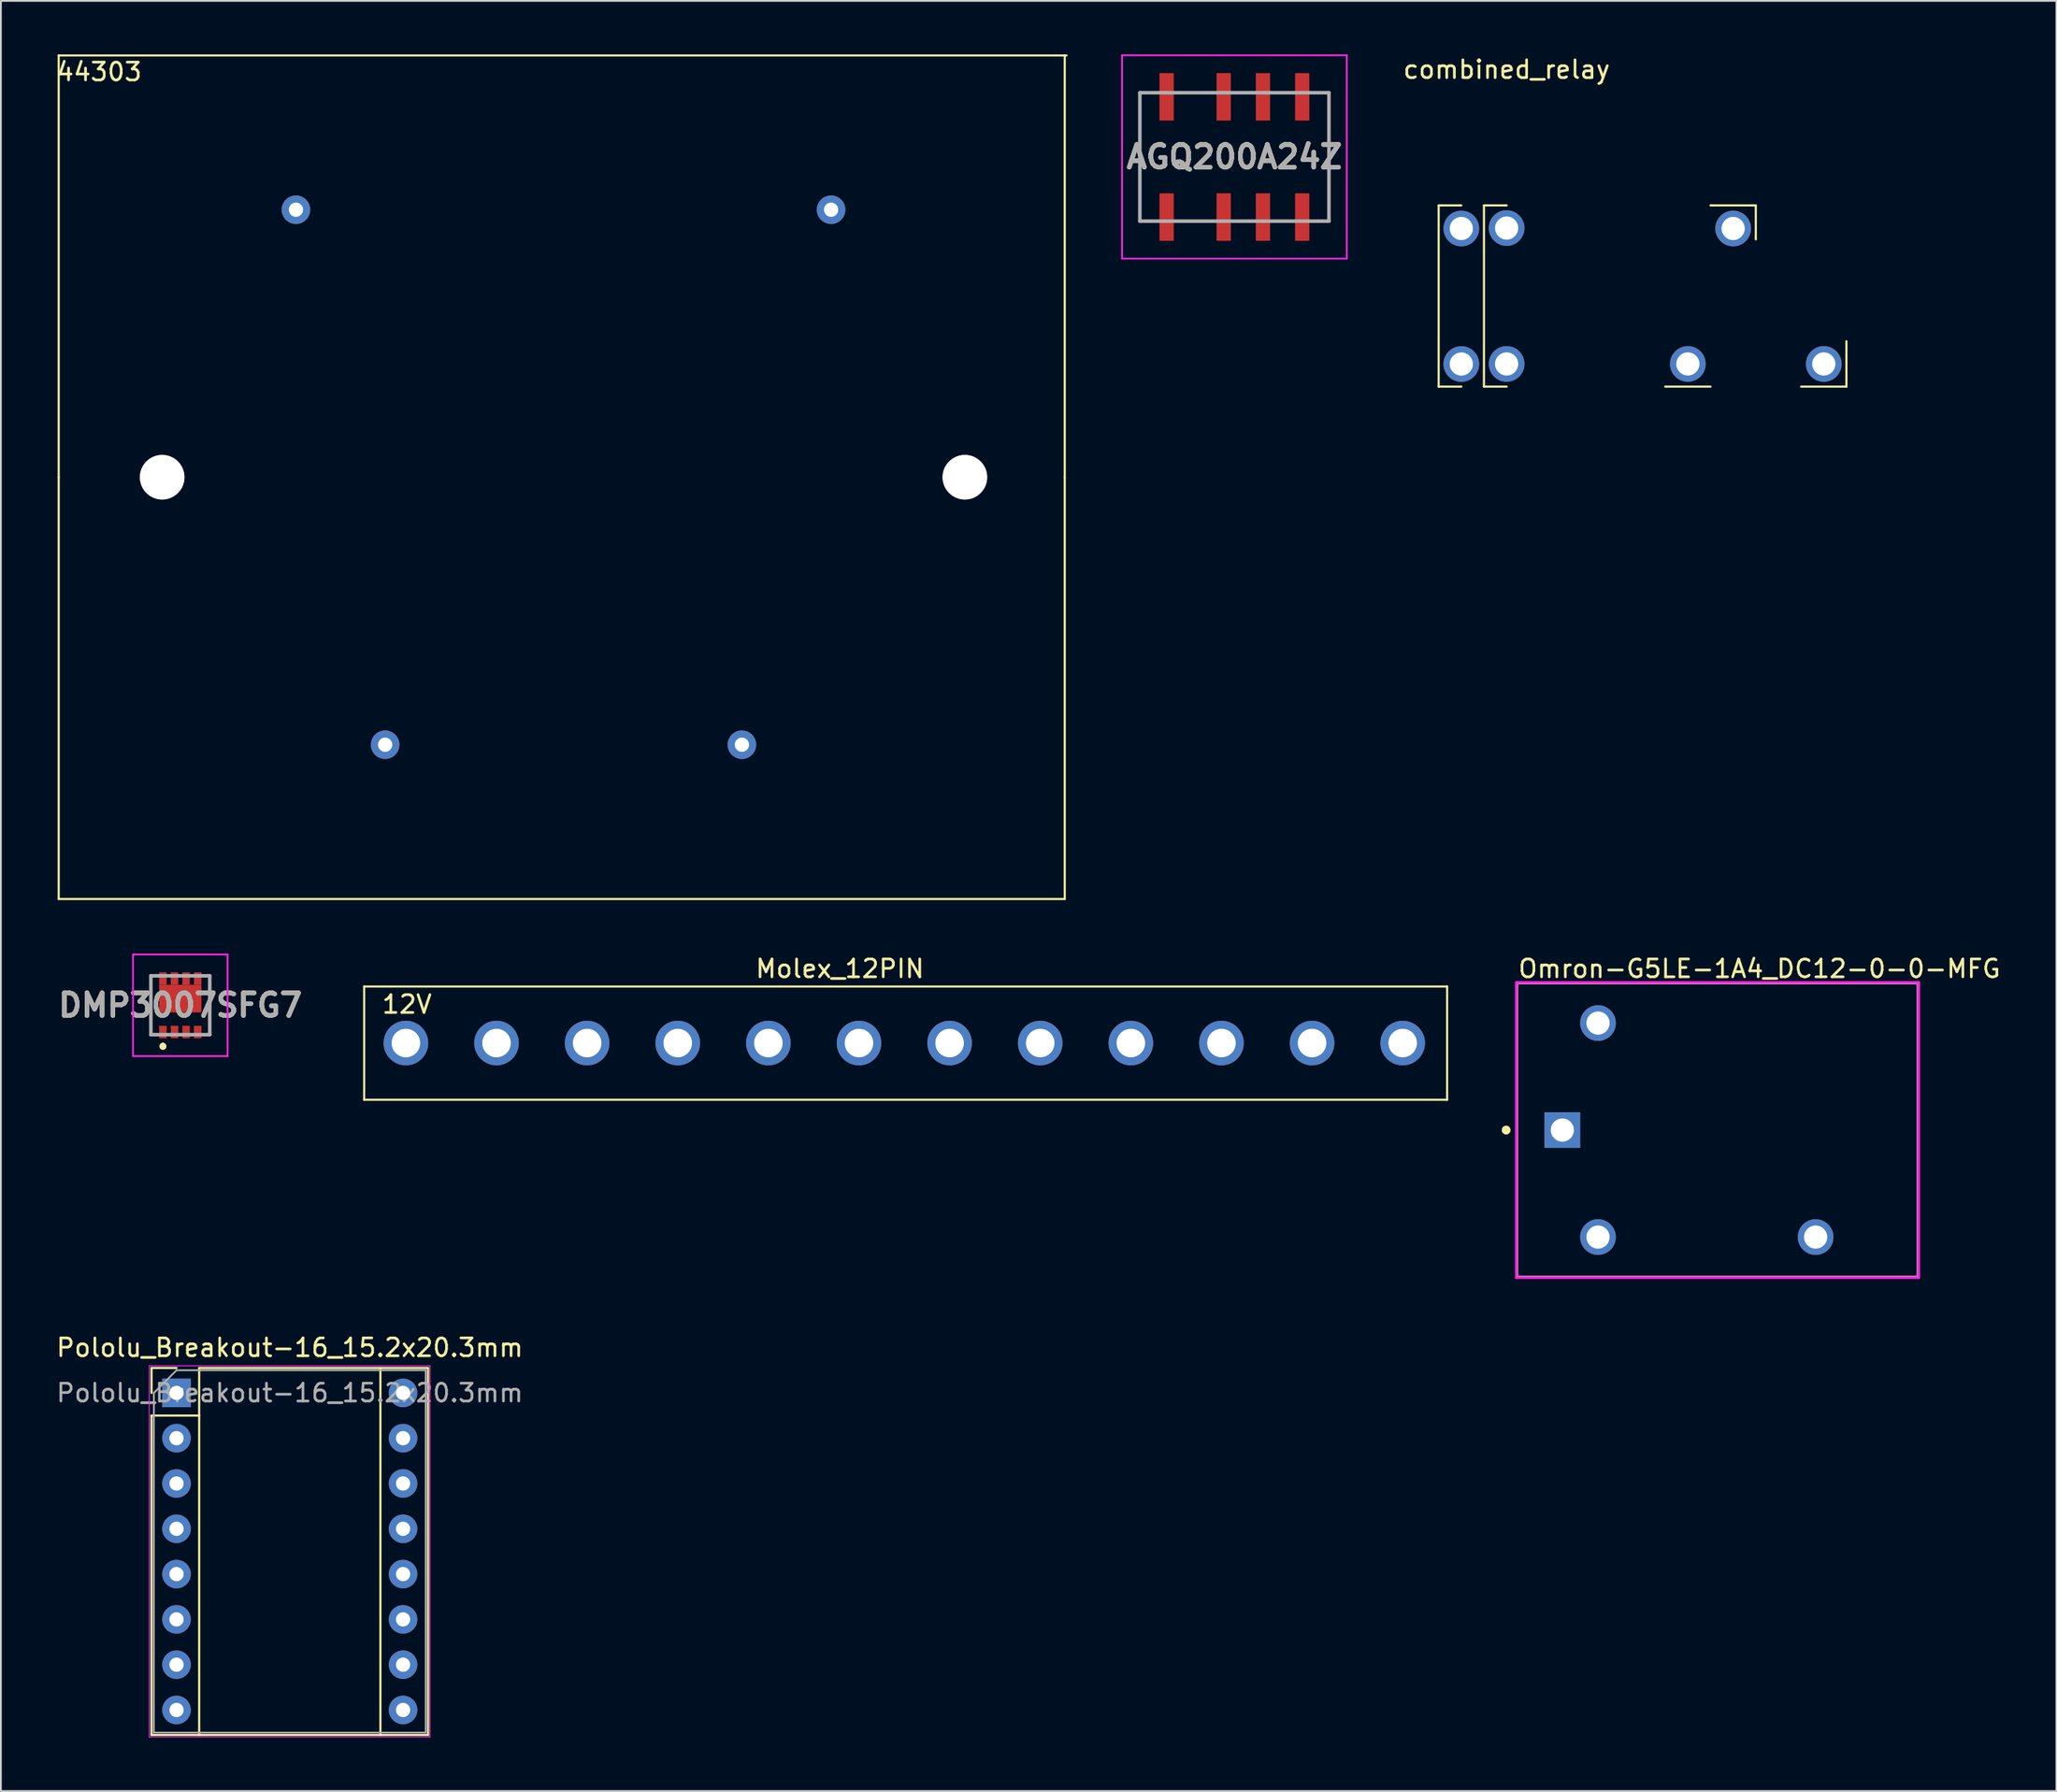
<source format=kicad_pcb>
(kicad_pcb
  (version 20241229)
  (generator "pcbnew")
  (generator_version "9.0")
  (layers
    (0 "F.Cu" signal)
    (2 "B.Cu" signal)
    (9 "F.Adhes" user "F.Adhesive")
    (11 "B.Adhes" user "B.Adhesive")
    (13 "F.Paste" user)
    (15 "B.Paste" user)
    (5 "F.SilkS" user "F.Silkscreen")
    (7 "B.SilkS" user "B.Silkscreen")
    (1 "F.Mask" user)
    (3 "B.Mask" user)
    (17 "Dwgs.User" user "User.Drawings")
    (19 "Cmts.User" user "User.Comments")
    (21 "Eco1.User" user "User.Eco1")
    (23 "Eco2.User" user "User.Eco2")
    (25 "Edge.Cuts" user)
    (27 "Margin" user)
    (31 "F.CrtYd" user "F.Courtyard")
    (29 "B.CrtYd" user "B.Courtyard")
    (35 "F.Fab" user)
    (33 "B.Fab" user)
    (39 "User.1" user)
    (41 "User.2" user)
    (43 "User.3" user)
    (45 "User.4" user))
  (footprint "44303"
    (layer "F.Cu")
    (at 28.541 23.71)
    (property "Reference" "44303" (at -26.035 -22.733 0) (layer "F.SilkS") (effects (font (size 1 1) (thickness 0.15))))
    (attr through_hole)
    (fp_line (start -28.3 -23.65) (end -28.3 0) (stroke (width 0.12) (type solid)) (layer "F.SilkS"))
    (fp_line (start -28.3 -23.65) (end 28.2 -23.65) (stroke (width 0.12) (type solid)) (layer "F.SilkS"))
    (fp_line (start -28.3 0) (end -28.3 23.65) (stroke (width 0.12) (type solid)) (layer "F.SilkS"))
    (fp_line (start -28.3 23.65) (end 28.1 23.65) (stroke (width 0.12) (type solid)) (layer "F.SilkS"))
    (fp_line (start 28.1 0) (end 28.1 -23.65) (stroke (width 0.12) (type solid)) (layer "F.SilkS"))
    (fp_line (start 28.1 0) (end 28.1 23.65) (stroke (width 0.12) (type solid)) (layer "F.SilkS"))
    (pad "1" thru_hole circle (at 15 -15) (size 1.6 1.6) (drill 0.8) (layers "*.Cu" "*.Mask"))
    (pad "2" thru_hole circle (at -15 -15) (size 1.6 1.6) (drill 0.8) (layers "*.Cu" "*.Mask"))
    (pad "3" thru_hole circle (at -10 15) (size 1.6 1.6) (drill 0.8) (layers "*.Cu" "*.Mask"))
    (pad "4" thru_hole circle (at 10 15) (size 1.6 1.6) (drill 0.8) (layers "*.Cu" "*.Mask"))
    (pad "5" thru_hole circle (at -22.5 0) (size 2.5 2.5) (drill 2.5) (layers "*.Cu" "*.Mask"))
    (pad "5" thru_hole circle (at 22.5 0) (size 2.5 2.5) (drill 2.5) (layers "*.Cu" "*.Mask")))
  (footprint "DMP3007SFG7"
    (layer "F.Cu")
    (at 7.058 53.32)
    (property "Reference" "DMP3007SFG7" (at 0 0 0) (layer "F.SilkS") (effects (font (size 1.27 1.27) (thickness 0.254))))
    (attr smd)
    (fp_line (start -1.65 1.65) (end -1.65 -1.65) (stroke (width 0.1) (type solid)) (layer "F.SilkS"))
    (fp_line (start -0.975 2.2) (end -0.975 2.2) (stroke (width 0.2) (type solid)) (layer "F.SilkS"))
    (fp_line (start -0.975 2.4) (end -0.975 2.4) (stroke (width 0.2) (type solid)) (layer "F.SilkS"))
    (fp_line (start 1.65 1.65) (end 1.65 -1.65) (stroke (width 0.1) (type solid)) (layer "F.SilkS"))
    (fp_arc (start -0.975 2.2) (mid -0.875 2.3) (end -0.975 2.4) (stroke (width 0.2) (type solid)) (layer "F.SilkS"))
    (fp_arc (start -0.975 2.4) (mid -1.075 2.3) (end -0.975 2.2) (stroke (width 0.2) (type solid)) (layer "F.SilkS"))
    (fp_line (start -2.65 -2.85) (end 2.65 -2.85) (stroke (width 0.1) (type solid)) (layer "F.CrtYd"))
    (fp_line (start -2.65 2.85) (end -2.65 -2.85) (stroke (width 0.1) (type solid)) (layer "F.CrtYd"))
    (fp_line (start 2.65 -2.85) (end 2.65 2.85) (stroke (width 0.1) (type solid)) (layer "F.CrtYd"))
    (fp_line (start 2.65 2.85) (end -2.65 2.85) (stroke (width 0.1) (type solid)) (layer "F.CrtYd"))
    (fp_line (start -1.65 -1.65) (end 1.65 -1.65) (stroke (width 0.2) (type solid)) (layer "F.Fab"))
    (fp_line (start -1.65 1.65) (end -1.65 -1.65) (stroke (width 0.2) (type solid)) (layer "F.Fab"))
    (fp_line (start 1.65 -1.65) (end 1.65 1.65) (stroke (width 0.2) (type solid)) (layer "F.Fab"))
    (fp_line (start 1.65 1.65) (end -1.65 1.65) (stroke (width 0.2) (type solid)) (layer "F.Fab"))
    (fp_text user "${REFERENCE}" (at 0 0 0) (layer "F.Fab") (effects (font (size 1.27 1.27) (thickness 0.254))))
    (pad "1" smd rect (at -0.975 1.5) (size 0.42 0.7) (layers "F.Cu" "F.Mask" "F.Paste"))
    (pad "2" smd rect (at -0.325 1.5) (size 0.42 0.7) (layers "F.Cu" "F.Mask" "F.Paste"))
    (pad "3" smd rect (at 0.325 1.5) (size 0.42 0.7) (layers "F.Cu" "F.Mask" "F.Paste"))
    (pad "4" smd rect (at 0.975 1.5) (size 0.42 0.7) (layers "F.Cu" "F.Mask" "F.Paste"))
    (pad "5" smd rect (at 0.975 -1.5) (size 0.42 0.7) (layers "F.Cu" "F.Mask" "F.Paste"))
    (pad "6" smd rect (at 0.325 -1.5) (size 0.42 0.7) (layers "F.Cu" "F.Mask" "F.Paste"))
    (pad "7" smd rect (at -0.325 -1.5) (size 0.42 0.7) (layers "F.Cu" "F.Mask" "F.Paste"))
    (pad "8" smd rect (at -0.975 -1.5) (size 0.42 0.7) (layers "F.Cu" "F.Mask" "F.Paste"))
    (pad "9" smd rect (at 0 -0.375 90) (size 1.55 2.37) (layers "F.Cu" "F.Mask" "F.Paste")))
  (footprint "Omron-G5LE-1A4_DC12-0-0-MFG"
    (layer "F.Cu")
    (at 93.235 60.318)
    (property "Reference" "Omron-G5LE-1A4_DC12-0-0-MFG" (at -11.25 -9.05 0) (layer "F.SilkS") (effects (font (size 1 1) (thickness 0.15)) (justify left)))
    (attr through_hole)
    (fp_line (start -11.25 -8.25) (end 11.25 -8.25) (stroke (width 0.15) (type solid)) (layer "F.SilkS"))
    (fp_line (start -11.25 8.25) (end -11.25 -8.25) (stroke (width 0.15) (type solid)) (layer "F.SilkS"))
    (fp_line (start -11.25 8.25) (end 11.25 8.25) (stroke (width 0.15) (type solid)) (layer "F.SilkS"))
    (fp_line (start 11.25 8.25) (end 11.25 -8.25) (stroke (width 0.15) (type solid)) (layer "F.SilkS"))
    (fp_circle (center -11.85 0) (end -11.725 0) (stroke (width 0.25) (type solid)) (fill no) (layer "F.SilkS"))
    (fp_line (start -11.275 -8.275) (end -11.275 8.275) (stroke (width 0.15) (type solid)) (layer "F.CrtYd"))
    (fp_line (start -11.275 8.275) (end 11.275 8.275) (stroke (width 0.15) (type solid)) (layer "F.CrtYd"))
    (fp_line (start 11.275 -8.275) (end -11.275 -8.275) (stroke (width 0.15) (type solid)) (layer "F.CrtYd"))
    (fp_line (start 11.275 -8.275) (end 11.275 -8.275) (stroke (width 0.15) (type solid)) (layer "F.CrtYd"))
    (fp_line (start 11.275 8.275) (end 11.275 -8.275) (stroke (width 0.15) (type solid)) (layer "F.CrtYd"))
    (fp_line (start -11.25 -8.25) (end 11.25 -8.25) (stroke (width 0.15) (type solid)) (layer "F.Fab"))
    (fp_line (start -11.25 8.25) (end -11.25 -8.25) (stroke (width 0.15) (type solid)) (layer "F.Fab"))
    (fp_line (start 11.25 -8.25) (end 11.25 8.25) (stroke (width 0.15) (type solid)) (layer "F.Fab"))
    (fp_line (start 11.25 8.25) (end -11.25 8.25) (stroke (width 0.15) (type solid)) (layer "F.Fab"))
    (pad "1" thru_hole rect (at -8.7 0) (size 2 2) (drill 1.3) (layers "*.Cu"))
    (pad "2" thru_hole circle (at -6.7 6) (size 2 2) (drill 1.3) (layers "*.Cu"))
    (pad "3" thru_hole circle (at 5.5 6) (size 2 2) (drill 1.3) (layers "*.Cu"))
    (pad "5" thru_hole circle (at -6.7 -6) (size 2 2) (drill 1.3) (layers "*.Cu")))
  (footprint "AGQ200A24Z"
    (layer "F.Cu")
    (at 66.151 5.75)
    (property "Reference" "AGQ200A24Z" (at 0 0 0) (layer "F.SilkS") (effects (font (size 1.27 1.27) (thickness 0.254))))
    (attr smd)
    (fp_line (start -5.3 -3.6) (end -5.3 3.6) (stroke (width 0.1) (type solid)) (layer "F.SilkS"))
    (fp_line (start -5.3 3.6) (end -4.8 3.6) (stroke (width 0.1) (type solid)) (layer "F.SilkS"))
    (fp_line (start -4.8 -3.6) (end -5.3 -3.6) (stroke (width 0.1) (type solid)) (layer "F.SilkS"))
    (fp_line (start 4.8 -3.6) (end 5.3 -3.6) (stroke (width 0.1) (type solid)) (layer "F.SilkS"))
    (fp_line (start 5.3 -3.6) (end 5.3 3.6) (stroke (width 0.1) (type solid)) (layer "F.SilkS"))
    (fp_line (start 5.3 3.6) (end 4.8 3.6) (stroke (width 0.1) (type solid)) (layer "F.SilkS"))
    (fp_line (start -6.3 -5.7) (end 6.3 -5.7) (stroke (width 0.1) (type solid)) (layer "F.CrtYd"))
    (fp_line (start -6.3 5.7) (end -6.3 -5.7) (stroke (width 0.1) (type solid)) (layer "F.CrtYd"))
    (fp_line (start 6.3 -5.7) (end 6.3 5.7) (stroke (width 0.1) (type solid)) (layer "F.CrtYd"))
    (fp_line (start 6.3 5.7) (end -6.3 5.7) (stroke (width 0.1) (type solid)) (layer "F.CrtYd"))
    (fp_line (start -5.3 -3.6) (end 5.3 -3.6) (stroke (width 0.2) (type solid)) (layer "F.Fab"))
    (fp_line (start -5.3 3.6) (end -5.3 -3.6) (stroke (width 0.2) (type solid)) (layer "F.Fab"))
    (fp_line (start 5.3 -3.6) (end 5.3 3.6) (stroke (width 0.2) (type solid)) (layer "F.Fab"))
    (fp_line (start 5.3 3.6) (end -5.3 3.6) (stroke (width 0.2) (type solid)) (layer "F.Fab"))
    (fp_text user "${REFERENCE}" (at 0 0 0) (layer "F.Fab") (effects (font (size 1.27 1.27) (thickness 0.254))))
    (pad "1" smd rect (at -3.8 3.37) (size 0.8 2.66) (layers "F.Cu" "F.Mask" "F.Paste"))
    (pad "2" smd rect (at -0.6 3.37) (size 0.8 2.66) (layers "F.Cu" "F.Mask" "F.Paste"))
    (pad "3" smd rect (at 1.6 3.37) (size 0.8 2.66) (layers "F.Cu" "F.Mask" "F.Paste"))
    (pad "4" smd rect (at 3.8 3.37) (size 0.8 2.66) (layers "F.Cu" "F.Mask" "F.Paste"))
    (pad "5" smd rect (at 3.8 -3.37) (size 0.8 2.66) (layers "F.Cu" "F.Mask" "F.Paste"))
    (pad "6" smd rect (at 1.6 -3.37) (size 0.8 2.66) (layers "F.Cu" "F.Mask" "F.Paste"))
    (pad "7" smd rect (at -0.6 -3.37) (size 0.8 2.66) (layers "F.Cu" "F.Mask" "F.Paste"))
    (pad "8" smd rect (at -3.8 -3.37) (size 0.8 2.66) (layers "F.Cu" "F.Mask" "F.Paste")))
  (footprint "combined_relay"
    (layer "F.Cu")
    (at 81.412 9.738)
    (property "Reference" "combined_relay" (at 0 -8.89 0) (layer "F.SilkS") (effects (font (size 1 1) (thickness 0.15))))
    (attr through_hole)
    (fp_line (start -3.81 -1.27) (end -3.81 8.89) (stroke (width 0.12) (type solid)) (layer "F.SilkS"))
    (fp_line (start -3.81 8.89) (end -2.54 8.89) (stroke (width 0.12) (type solid)) (layer "F.SilkS"))
    (fp_line (start -2.54 -1.27) (end -3.81 -1.27) (stroke (width 0.12) (type solid)) (layer "F.SilkS"))
    (fp_line (start -1.27 -1.27) (end -1.27 8.89) (stroke (width 0.12) (type solid)) (layer "F.SilkS"))
    (fp_line (start -1.27 8.89) (end 0 8.89) (stroke (width 0.12) (type solid)) (layer "F.SilkS"))
    (fp_line (start 0 -1.27) (end -1.27 -1.27) (stroke (width 0.12) (type solid)) (layer "F.SilkS"))
    (fp_line (start 8.89 8.89) (end 11.43 8.89) (stroke (width 0.12) (type solid)) (layer "F.SilkS"))
    (fp_line (start 11.43 -1.27) (end 13.97 -1.27) (stroke (width 0.12) (type solid)) (layer "F.SilkS"))
    (fp_line (start 13.97 -1.27) (end 13.97 0.635) (stroke (width 0.12) (type solid)) (layer "F.SilkS"))
    (fp_line (start 16.51 8.89) (end 19.05 8.89) (stroke (width 0.12) (type solid)) (layer "F.SilkS"))
    (fp_line (start 19.05 8.89) (end 19.05 6.35) (stroke (width 0.12) (type solid)) (layer "F.SilkS"))
    (pad "1" thru_hole circle (at -2.54 7.625) (size 2 2) (drill 1.3) (layers "*.Cu" "*.Mask"))
    (pad "1" thru_hole circle (at 0 7.62) (size 2 2) (drill 1.3) (layers "*.Cu" "*.Mask"))
    (pad "2" thru_hole circle (at 10.16 7.62) (size 2 2) (drill 1.3) (layers "*.Cu" "*.Mask"))
    (pad "3" thru_hole circle (at 12.7 0.025) (size 2 2) (drill 1.3) (layers "*.Cu" "*.Mask"))
    (pad "3" thru_hole circle (at 17.78 7.62) (size 2 2) (drill 1.3) (layers "*.Cu" "*.Mask"))
    (pad "5" thru_hole circle (at -2.54 0.025) (size 2 2) (drill 1.3) (layers "*.Cu" "*.Mask"))
    (pad "5" thru_hole circle (at 0 0) (size 2 2) (drill 1.3) (layers "*.Cu" "*.Mask")))
  (footprint "Molex_12PIN"
    (layer "F.Cu")
    (at 17.365 52.268)
    (property "Reference" "Molex_12PIN" (at 26.67 -1 0) (layer "F.SilkS") (effects (font (size 1 1) (thickness 0.15))))
    (attr through_hole)
    (fp_line (start 0 0) (end 0 6.35) (stroke (width 0.12) (type solid)) (layer "F.SilkS"))
    (fp_line (start 0 0) (end 60.71 0) (stroke (width 0.12) (type solid)) (layer "F.SilkS"))
    (fp_line (start 60.71 6.35) (end 0 6.35) (stroke (width 0.12) (type solid)) (layer "F.SilkS"))
    (fp_line (start 60.71 6.35) (end 60.71 0) (stroke (width 0.12) (type solid)) (layer "F.SilkS"))
    (fp_text user "12V" (at 2.4 1 0) (layer "F.SilkS") (effects (font (size 1 1) (thickness 0.15))))
    (pad "1" thru_hole circle (at 58.22 3.17) (size 2.5 2.5) (drill 1.6) (layers "*.Cu" "*.Mask"))
    (pad "2" thru_hole circle (at 53.14 3.17) (size 2.5 2.5) (drill 1.6) (layers "*.Cu" "*.Mask"))
    (pad "3" thru_hole circle (at 48.06 3.17) (size 2.5 2.5) (drill 1.6) (layers "*.Cu" "*.Mask"))
    (pad "4" thru_hole circle (at 42.98 3.17) (size 2.5 2.5) (drill 1.6) (layers "*.Cu" "*.Mask"))
    (pad "5" thru_hole circle (at 37.9 3.17) (size 2.5 2.5) (drill 1.6) (layers "*.Cu" "*.Mask"))
    (pad "6" thru_hole circle (at 32.82 3.17) (size 2.5 2.5) (drill 1.6) (layers "*.Cu" "*.Mask"))
    (pad "7" thru_hole circle (at 27.74 3.17) (size 2.5 2.5) (drill 1.6) (layers "*.Cu" "*.Mask"))
    (pad "8" thru_hole circle (at 22.66 3.17) (size 2.5 2.5) (drill 1.6) (layers "*.Cu" "*.Mask"))
    (pad "9" thru_hole circle (at 17.58 3.17) (size 2.5 2.5) (drill 1.6) (layers "*.Cu" "*.Mask"))
    (pad "10" thru_hole circle (at 12.5 3.17) (size 2.5 2.5) (drill 1.6) (layers "*.Cu" "*.Mask"))
    (pad "11" thru_hole circle (at 7.42 3.17) (size 2.5 2.5) (drill 1.6) (layers "*.Cu" "*.Mask"))
    (pad "12" thru_hole circle (at 2.34 3.17) (size 2.5 2.5) (drill 1.6) (layers "*.Cu" "*.Mask")))
  (footprint "Pololu_Breakout-16_15.2x20.3mm"
    (layer "F.Cu")
    (at 6.846 75.056)
    (property "Reference" "Pololu_Breakout-16_15.2x20.3mm" (at 6.35 -2.54 0) (layer "F.SilkS") (effects (font (size 1 1) (thickness 0.15))))
    (attr through_hole)
    (fp_line (start -1.4 -1.4) (end -1.4 0) (stroke (width 0.12) (type solid)) (layer "F.SilkS"))
    (fp_line (start -1.4 1.27) (end -1.4 19.18) (stroke (width 0.12) (type solid)) (layer "F.SilkS"))
    (fp_line (start -1.4 19.18) (end 14.1 19.18) (stroke (width 0.12) (type solid)) (layer "F.SilkS"))
    (fp_line (start 0 -1.4) (end -1.4 -1.4) (stroke (width 0.12) (type solid)) (layer "F.SilkS"))
    (fp_line (start 1.27 -1.4) (end 1.27 1.27) (stroke (width 0.12) (type solid)) (layer "F.SilkS"))
    (fp_line (start 1.27 1.27) (end -1.4 1.27) (stroke (width 0.12) (type solid)) (layer "F.SilkS"))
    (fp_line (start 1.27 1.27) (end 1.27 19.18) (stroke (width 0.12) (type solid)) (layer "F.SilkS"))
    (fp_line (start 11.43 -1.4) (end 11.43 19.18) (stroke (width 0.12) (type solid)) (layer "F.SilkS"))
    (fp_line (start 14.1 -1.4) (end 1.27 -1.4) (stroke (width 0.12) (type solid)) (layer "F.SilkS"))
    (fp_line (start 14.1 19.18) (end 14.1 -1.4) (stroke (width 0.12) (type solid)) (layer "F.SilkS"))
    (fp_line (start -1.53 -1.52) (end -1.53 19.3) (stroke (width 0.05) (type solid)) (layer "F.CrtYd"))
    (fp_line (start -1.53 -1.52) (end 14.21 -1.52) (stroke (width 0.05) (type solid)) (layer "F.CrtYd"))
    (fp_line (start 14.21 19.3) (end -1.53 19.3) (stroke (width 0.05) (type solid)) (layer "F.CrtYd"))
    (fp_line (start 14.21 19.3) (end 14.21 -1.52) (stroke (width 0.05) (type solid)) (layer "F.CrtYd"))
    (fp_line (start -1.27 0) (end 0 -1.27) (stroke (width 0.1) (type solid)) (layer "F.Fab"))
    (fp_line (start -1.27 19.05) (end -1.27 0) (stroke (width 0.1) (type solid)) (layer "F.Fab"))
    (fp_line (start 0 -1.27) (end 13.97 -1.27) (stroke (width 0.1) (type solid)) (layer "F.Fab"))
    (fp_line (start 13.97 -1.27) (end 13.97 19.05) (stroke (width 0.1) (type solid)) (layer "F.Fab"))
    (fp_line (start 13.97 19.05) (end -1.27 19.05) (stroke (width 0.1) (type solid)) (layer "F.Fab"))
    (fp_text user "${REFERENCE}" (at 6.35 0 0) (layer "F.Fab") (effects (font (size 1 1) (thickness 0.15))))
    (pad "1" thru_hole rect (at 0 0) (size 1.6 1.6) (drill 0.8) (layers "*.Cu" "*.Mask"))
    (pad "2" thru_hole oval (at 0 2.54) (size 1.6 1.6) (drill 0.8) (layers "*.Cu" "*.Mask"))
    (pad "3" thru_hole oval (at 0 5.08) (size 1.6 1.6) (drill 0.8) (layers "*.Cu" "*.Mask"))
    (pad "4" thru_hole oval (at 0 7.62) (size 1.6 1.6) (drill 0.8) (layers "*.Cu" "*.Mask"))
    (pad "5" thru_hole oval (at 0 10.16) (size 1.6 1.6) (drill 0.8) (layers "*.Cu" "*.Mask"))
    (pad "6" thru_hole oval (at 0 12.7) (size 1.6 1.6) (drill 0.8) (layers "*.Cu" "*.Mask"))
    (pad "7" thru_hole oval (at 0 15.24) (size 1.6 1.6) (drill 0.8) (layers "*.Cu" "*.Mask"))
    (pad "8" thru_hole oval (at 0 17.78) (size 1.6 1.6) (drill 0.8) (layers "*.Cu" "*.Mask"))
    (pad "9" thru_hole oval (at 12.7 17.78) (size 1.6 1.6) (drill 0.8) (layers "*.Cu" "*.Mask"))
    (pad "10" thru_hole oval (at 12.7 15.24) (size 1.6 1.6) (drill 0.8) (layers "*.Cu" "*.Mask"))
    (pad "11" thru_hole oval (at 12.7 12.7) (size 1.6 1.6) (drill 0.8) (layers "*.Cu" "*.Mask"))
    (pad "12" thru_hole oval (at 12.7 10.16) (size 1.6 1.6) (drill 0.8) (layers "*.Cu" "*.Mask"))
    (pad "13" thru_hole oval (at 12.7 7.62) (size 1.6 1.6) (drill 0.8) (layers "*.Cu" "*.Mask"))
    (pad "14" thru_hole oval (at 12.7 5.08) (size 1.6 1.6) (drill 0.8) (layers "*.Cu" "*.Mask"))
    (pad "15" thru_hole oval (at 12.7 2.54) (size 1.6 1.6) (drill 0.8) (layers "*.Cu" "*.Mask"))
    (pad "16" thru_hole oval (at 12.7 0) (size 1.6 1.6) (drill 0.8) (layers "*.Cu" "*.Mask")))
  (gr_rect
    (start -3 -3)
    (end 112.235 97.382)
    (stroke (width 0.1) (type default))
    (fill no)
    (layer "Edge.Cuts")))
</source>
